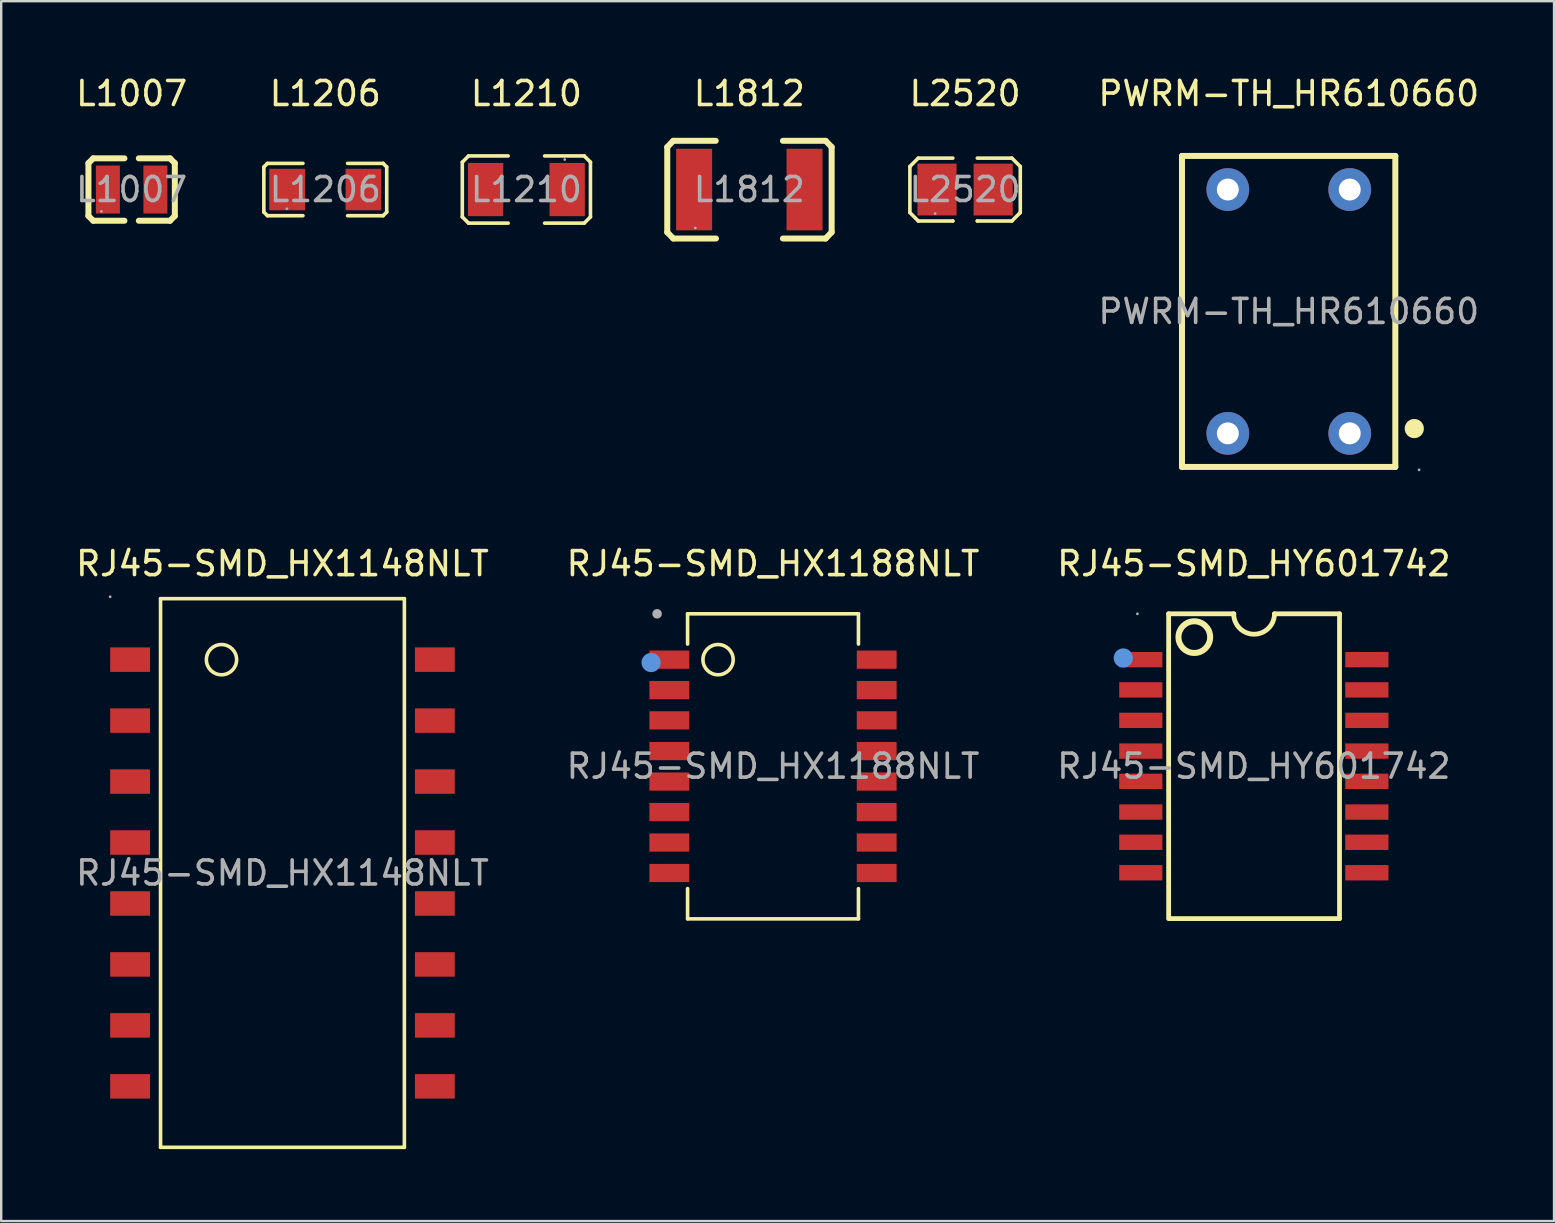
<source format=kicad_pcb>
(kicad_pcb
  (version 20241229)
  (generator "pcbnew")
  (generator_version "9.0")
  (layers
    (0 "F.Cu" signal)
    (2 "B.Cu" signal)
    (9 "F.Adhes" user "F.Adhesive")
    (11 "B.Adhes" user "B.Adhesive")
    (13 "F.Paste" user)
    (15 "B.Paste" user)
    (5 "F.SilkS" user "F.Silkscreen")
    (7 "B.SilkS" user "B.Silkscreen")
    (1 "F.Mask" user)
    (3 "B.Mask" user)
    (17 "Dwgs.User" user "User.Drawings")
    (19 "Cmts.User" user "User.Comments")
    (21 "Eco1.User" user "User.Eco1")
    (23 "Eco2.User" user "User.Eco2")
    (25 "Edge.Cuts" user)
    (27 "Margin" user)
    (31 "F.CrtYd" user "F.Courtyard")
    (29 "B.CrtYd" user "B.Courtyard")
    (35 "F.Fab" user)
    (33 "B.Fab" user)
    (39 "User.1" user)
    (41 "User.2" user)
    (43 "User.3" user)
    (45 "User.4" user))
  (footprint "L1812"
    (layer "F.Cu")
    (at 28.174 4.848)
    (property "Reference" "L1812" (at 0 -4 0) (layer "F.SilkS") (effects (font (size 1 1) (thickness 0.15))))
    (attr through_hole)
    (fp_line (start -3.42 -1.77) (end -3.17 -2.03) (stroke (width 0.25) (type solid)) (layer "F.SilkS"))
    (fp_line (start -3.42 1.78) (end -3.42 -1.77) (stroke (width 0.25) (type solid)) (layer "F.SilkS"))
    (fp_line (start -3.17 -2.03) (end -1.4 -2.03) (stroke (width 0.25) (type solid)) (layer "F.SilkS"))
    (fp_line (start -3.17 2.04) (end -3.42 1.78) (stroke (width 0.25) (type solid)) (layer "F.SilkS"))
    (fp_line (start -1.39 2.04) (end -3.17 2.04) (stroke (width 0.25) (type solid)) (layer "F.SilkS"))
    (fp_line (start 1.4 -2.03) (end 3.18 -2.03) (stroke (width 0.25) (type solid)) (layer "F.SilkS"))
    (fp_line (start 3.18 -2.03) (end 3.43 -1.77) (stroke (width 0.25) (type solid)) (layer "F.SilkS"))
    (fp_line (start 3.18 2.04) (end 1.4 2.04) (stroke (width 0.25) (type solid)) (layer "F.SilkS"))
    (fp_line (start 3.43 -1.77) (end 3.43 1.78) (stroke (width 0.25) (type solid)) (layer "F.SilkS"))
    (fp_line (start 3.43 1.78) (end 3.18 2.04) (stroke (width 0.25) (type solid)) (layer "F.SilkS"))
    (fp_circle (center -2.25 1.6) (end -2.22 1.6) (stroke (width 0.06) (type solid)) (fill no) (layer "F.Fab"))
    (fp_text user "${REFERENCE}" (at 0 0 0) (layer "F.Fab") (effects (font (size 1 1) (thickness 0.15))))
    (pad "1" smd rect (at -2.3 0) (size 1.5 3.4) (layers "F.Cu" "F.Mask" "F.Paste"))
    (pad "2" smd rect (at 2.3 0) (size 1.5 3.4) (layers "F.Cu" "F.Mask" "F.Paste")))
  (footprint "RJ45-SMD_HY601742"
    (layer "F.Cu")
    (at 49.196 28.877)
    (property "Reference" "RJ45-SMD_HY601742" (at 0 -8.44 0) (layer "F.SilkS") (effects (font (size 1 1) (thickness 0.15))))
    (attr through_hole)
    (fp_line (start -3.55 -6.35) (end -0.83 -6.35) (stroke (width 0.2) (type solid)) (layer "F.SilkS"))
    (fp_line (start -3.55 6.35) (end -3.55 -6.35) (stroke (width 0.2) (type solid)) (layer "F.SilkS"))
    (fp_line (start 0.86 -6.35) (end 3.57 -6.35) (stroke (width 0.2) (type solid)) (layer "F.SilkS"))
    (fp_line (start 3.57 -6.35) (end 3.57 6.35) (stroke (width 0.2) (type solid)) (layer "F.SilkS"))
    (fp_line (start 3.57 6.35) (end -3.53 6.35) (stroke (width 0.2) (type solid)) (layer "F.SilkS"))
    (fp_arc (start -1.82 -5.38) (mid -3.139981 -5.374989) (end -1.820076 -5.390021) (stroke (width 0.25) (type solid)) (layer "F.SilkS"))
    (fp_arc (start 0.86 -6.35) (mid 0.01 -5.5) (end -0.84 -6.35) (stroke (width 0.2) (type solid)) (layer "F.SilkS"))
    (fp_circle (center -5.44 -4.51) (end -5.24 -4.51) (stroke (width 0.4) (type solid)) (fill no) (layer "Cmts.User"))
    (fp_circle (center -4.85 -6.35) (end -4.82 -6.35) (stroke (width 0.06) (type solid)) (fill no) (layer "F.Fab"))
    (fp_text user "${REFERENCE}" (at 0 0 0) (layer "F.Fab") (effects (font (size 1 1) (thickness 0.15))))
    (pad "1" smd rect (at -4.71 -4.44 270) (size 0.64 1.8) (layers "F.Cu" "F.Mask" "F.Paste"))
    (pad "2" smd rect (at -4.71 -3.18 270) (size 0.64 1.8) (layers "F.Cu" "F.Mask" "F.Paste"))
    (pad "3" smd rect (at -4.71 -1.91 270) (size 0.64 1.8) (layers "F.Cu" "F.Mask" "F.Paste"))
    (pad "4" smd rect (at -4.71 -0.63 270) (size 0.64 1.8) (layers "F.Cu" "F.Mask" "F.Paste"))
    (pad "5" smd rect (at -4.71 0.63 270) (size 0.64 1.8) (layers "F.Cu" "F.Mask" "F.Paste"))
    (pad "6" smd rect (at -4.71 1.91 270) (size 0.64 1.8) (layers "F.Cu" "F.Mask" "F.Paste"))
    (pad "7" smd rect (at -4.71 3.17 270) (size 0.64 1.8) (layers "F.Cu" "F.Mask" "F.Paste"))
    (pad "8" smd rect (at -4.71 4.44 270) (size 0.64 1.8) (layers "F.Cu" "F.Mask" "F.Paste"))
    (pad "9" smd rect (at 4.71 4.44 270) (size 0.64 1.8) (layers "F.Cu" "F.Mask" "F.Paste"))
    (pad "10" smd rect (at 4.71 3.17 270) (size 0.64 1.8) (layers "F.Cu" "F.Mask" "F.Paste"))
    (pad "11" smd rect (at 4.71 1.91 270) (size 0.64 1.8) (layers "F.Cu" "F.Mask" "F.Paste"))
    (pad "12" smd rect (at 4.71 0.63 270) (size 0.64 1.8) (layers "F.Cu" "F.Mask" "F.Paste"))
    (pad "13" smd rect (at 4.71 -0.63 270) (size 0.64 1.8) (layers "F.Cu" "F.Mask" "F.Paste"))
    (pad "14" smd rect (at 4.71 -1.91 270) (size 0.64 1.8) (layers "F.Cu" "F.Mask" "F.Paste"))
    (pad "15" smd rect (at 4.71 -3.18 270) (size 0.64 1.8) (layers "F.Cu" "F.Mask" "F.Paste"))
    (pad "16" smd rect (at 4.71 -4.44 270) (size 0.64 1.8) (layers "F.Cu" "F.Mask" "F.Paste")))
  (footprint "L1210"
    (layer "F.Cu")
    (at 18.884 4.848)
    (property "Reference" "L1210" (at 0 -4 0) (layer "F.SilkS") (effects (font (size 1 1) (thickness 0.15))))
    (attr through_hole)
    (fp_line (start -2.67 -1.14) (end -2.41 -1.4) (stroke (width 0.15) (type solid)) (layer "F.SilkS"))
    (fp_line (start -2.67 1.14) (end -2.67 -1.14) (stroke (width 0.15) (type solid)) (layer "F.SilkS"))
    (fp_line (start -2.41 -1.4) (end -0.76 -1.4) (stroke (width 0.15) (type solid)) (layer "F.SilkS"))
    (fp_line (start -2.41 1.4) (end -2.67 1.14) (stroke (width 0.15) (type solid)) (layer "F.SilkS"))
    (fp_line (start -0.76 1.4) (end -2.41 1.4) (stroke (width 0.15) (type solid)) (layer "F.SilkS"))
    (fp_line (start 0.76 -1.4) (end 2.41 -1.4) (stroke (width 0.15) (type solid)) (layer "F.SilkS"))
    (fp_line (start 2.41 -1.4) (end 2.67 -1.14) (stroke (width 0.15) (type solid)) (layer "F.SilkS"))
    (fp_line (start 2.41 1.4) (end 0.76 1.4) (stroke (width 0.15) (type solid)) (layer "F.SilkS"))
    (fp_line (start 2.67 -1.14) (end 2.67 1.14) (stroke (width 0.15) (type solid)) (layer "F.SilkS"))
    (fp_line (start 2.67 1.14) (end 2.41 1.4) (stroke (width 0.15) (type solid)) (layer "F.SilkS"))
    (fp_circle (center 1.6 -1.25) (end 1.63 -1.25) (stroke (width 0.06) (type solid)) (fill no) (layer "F.Fab"))
    (fp_text user "${REFERENCE}" (at 0 0 0) (layer "F.Fab") (effects (font (size 1 1) (thickness 0.15))))
    (pad "1" smd rect (at 1.7 0) (size 1.47 2.22) (layers "F.Cu" "F.Mask" "F.Paste"))
    (pad "2" smd rect (at -1.7 0) (size 1.47 2.22) (layers "F.Cu" "F.Mask" "F.Paste")))
  (footprint "L2520"
    (layer "F.Cu")
    (at 37.164 4.848)
    (property "Reference" "L2520" (at 0 -4 0) (layer "F.SilkS") (effects (font (size 1 1) (thickness 0.15))))
    (attr through_hole)
    (fp_line (start -2.3 -0.96) (end -1.95 -1.31) (stroke (width 0.15) (type solid)) (layer "F.SilkS"))
    (fp_line (start -2.3 0.96) (end -2.3 -0.96) (stroke (width 0.15) (type solid)) (layer "F.SilkS"))
    (fp_line (start -1.95 -1.31) (end -0.51 -1.31) (stroke (width 0.15) (type solid)) (layer "F.SilkS"))
    (fp_line (start -1.95 1.31) (end -2.3 0.96) (stroke (width 0.15) (type solid)) (layer "F.SilkS"))
    (fp_line (start -0.51 1.31) (end -1.95 1.31) (stroke (width 0.15) (type solid)) (layer "F.SilkS"))
    (fp_line (start -0.51 1.31) (end -0.51 1.31) (stroke (width 0.15) (type solid)) (layer "F.SilkS"))
    (fp_line (start 0.51 1.31) (end 0.51 1.31) (stroke (width 0.15) (type solid)) (layer "F.SilkS"))
    (fp_line (start 0.51 1.31) (end 1.95 1.31) (stroke (width 0.15) (type solid)) (layer "F.SilkS"))
    (fp_line (start 1.95 -1.31) (end 0.51 -1.31) (stroke (width 0.15) (type solid)) (layer "F.SilkS"))
    (fp_line (start 1.95 1.31) (end 2.3 0.96) (stroke (width 0.15) (type solid)) (layer "F.SilkS"))
    (fp_line (start 2.3 -0.96) (end 1.95 -1.31) (stroke (width 0.15) (type solid)) (layer "F.SilkS"))
    (fp_line (start 2.3 0.96) (end 2.3 -0.96) (stroke (width 0.15) (type solid)) (layer "F.SilkS"))
    (fp_circle (center -1.25 1) (end -1.22 1) (stroke (width 0.06) (type solid)) (fill no) (layer "F.Fab"))
    (fp_text user "${REFERENCE}" (at 0 0 0) (layer "F.Fab") (effects (font (size 1 1) (thickness 0.15))))
    (pad "1" smd rect (at -1.17 0) (size 1.63 2.16) (layers "F.Cu" "F.Mask" "F.Paste"))
    (pad "2" smd rect (at 1.17 0) (size 1.63 2.16) (layers "F.Cu" "F.Mask" "F.Paste")))
  (footprint "L1206"
    (layer "F.Cu")
    (at 10.504 4.848)
    (property "Reference" "L1206" (at 0 -4 0) (layer "F.SilkS") (effects (font (size 1 1) (thickness 0.15))))
    (attr through_hole)
    (fp_line (start -2.56 -0.94) (end -2.41 -1.09) (stroke (width 0.15) (type solid)) (layer "F.SilkS"))
    (fp_line (start -2.56 0.94) (end -2.56 -0.94) (stroke (width 0.15) (type solid)) (layer "F.SilkS"))
    (fp_line (start -2.41 -1.09) (end -0.93 -1.09) (stroke (width 0.15) (type solid)) (layer "F.SilkS"))
    (fp_line (start -2.41 1.09) (end -2.56 0.94) (stroke (width 0.15) (type solid)) (layer "F.SilkS"))
    (fp_line (start -0.93 1.09) (end -2.41 1.09) (stroke (width 0.15) (type solid)) (layer "F.SilkS"))
    (fp_line (start 0.93 1.09) (end 2.41 1.09) (stroke (width 0.15) (type solid)) (layer "F.SilkS"))
    (fp_line (start 2.41 -1.09) (end 0.93 -1.09) (stroke (width 0.15) (type solid)) (layer "F.SilkS"))
    (fp_line (start 2.41 1.09) (end 2.56 0.94) (stroke (width 0.15) (type solid)) (layer "F.SilkS"))
    (fp_line (start 2.56 -0.94) (end 2.41 -1.09) (stroke (width 0.15) (type solid)) (layer "F.SilkS"))
    (fp_line (start 2.56 0.94) (end 2.56 -0.94) (stroke (width 0.15) (type solid)) (layer "F.SilkS"))
    (fp_circle (center -1.6 0.8) (end -1.57 0.8) (stroke (width 0.06) (type solid)) (fill no) (layer "F.Fab"))
    (fp_text user "${REFERENCE}" (at 0 0 0) (layer "F.Fab") (effects (font (size 1 1) (thickness 0.15))))
    (pad "1" smd rect (at -1.59 0) (size 1.49 1.73) (layers "F.Cu" "F.Mask" "F.Paste"))
    (pad "2" smd rect (at 1.59 0) (size 1.49 1.73) (layers "F.Cu" "F.Mask" "F.Paste")))
  (footprint "PWRM-TH_HR610660"
    (layer "F.Cu")
    (at 50.652 9.928)
    (property "Reference" "PWRM-TH_HR610660" (at 0 -9.08 0) (layer "F.SilkS") (effects (font (size 1 1) (thickness 0.15))))
    (attr through_hole)
    (fp_line (start -4.45 -6.48) (end 4.44 -6.48) (stroke (width 0.25) (type solid)) (layer "F.SilkS"))
    (fp_line (start -4.45 6.48) (end -4.45 -6.48) (stroke (width 0.25) (type solid)) (layer "F.SilkS"))
    (fp_line (start -4.45 6.48) (end 4.44 6.48) (stroke (width 0.25) (type solid)) (layer "F.SilkS"))
    (fp_line (start 4.44 6.48) (end 4.44 -6.48) (stroke (width 0.25) (type solid)) (layer "F.SilkS"))
    (fp_arc (start 5.23 4.88) (mid 5.23 4.88) (end 5.23 4.88) (stroke (width 0.4) (type solid)) (layer "F.SilkS"))
    (fp_circle (center -2.54 -5.08) (end -2.36 -5.08) (stroke (width 0.36) (type solid)) (fill no) (layer "F.Fab"))
    (fp_circle (center -2.54 5.08) (end -2.36 5.08) (stroke (width 0.36) (type solid)) (fill no) (layer "F.Fab"))
    (fp_circle (center 2.54 -5.08) (end 2.72 -5.08) (stroke (width 0.36) (type solid)) (fill no) (layer "F.Fab"))
    (fp_circle (center 2.54 5.08) (end 2.72 5.08) (stroke (width 0.36) (type solid)) (fill no) (layer "F.Fab"))
    (fp_circle (center 5.43 6.6) (end 5.46 6.6) (stroke (width 0.06) (type solid)) (fill no) (layer "F.Fab"))
    (fp_text user "${REFERENCE}" (at 0 0 0) (layer "F.Fab") (effects (font (size 1 1) (thickness 0.15))))
    (pad "1" thru_hole circle (at 2.54 5.08) (size 1.78 1.78) (drill 0.914) (layers "*.Cu" "*.Paste" "*.Mask"))
    (pad "2" thru_hole circle (at 2.54 -5.08) (size 1.78 1.78) (drill 0.914) (layers "*.Cu" "*.Paste" "*.Mask"))
    (pad "5" thru_hole circle (at -2.54 5.08) (size 1.78 1.78) (drill 0.914) (layers "*.Cu" "*.Paste" "*.Mask"))
    (pad "6" thru_hole circle (at -2.54 -5.08) (size 1.78 1.78) (drill 0.914) (layers "*.Cu" "*.Paste" "*.Mask")))
  (footprint "RJ45-SMD_HX1188NLT"
    (layer "F.Cu")
    (at 29.161 28.877)
    (property "Reference" "RJ45-SMD_HX1188NLT" (at 0 -8.44 0) (layer "F.SilkS") (effects (font (size 1 1) (thickness 0.15))))
    (attr through_hole)
    (fp_line (start -3.56 -6.35) (end 3.56 -6.35) (stroke (width 0.15) (type solid)) (layer "F.SilkS"))
    (fp_line (start -3.56 -5.09) (end -3.56 -6.35) (stroke (width 0.15) (type solid)) (layer "F.SilkS"))
    (fp_line (start -3.56 6.36) (end -3.56 5.1) (stroke (width 0.15) (type solid)) (layer "F.SilkS"))
    (fp_line (start -3.56 6.36) (end 3.56 6.36) (stroke (width 0.15) (type solid)) (layer "F.SilkS"))
    (fp_line (start 3.56 -5.09) (end 3.56 -6.35) (stroke (width 0.15) (type solid)) (layer "F.SilkS"))
    (fp_line (start 3.56 6.36) (end 3.56 5.1) (stroke (width 0.15) (type solid)) (layer "F.SilkS"))
    (fp_circle (center -2.29 -4.44) (end -1.66 -4.44) (stroke (width 0.15) (type solid)) (fill no) (layer "F.SilkS"))
    (fp_circle (center -5.08 -4.32) (end -4.88 -4.32) (stroke (width 0.4) (type solid)) (fill no) (layer "Cmts.User"))
    (fp_circle (center -4.83 -6.35) (end -4.73 -6.35) (stroke (width 0.2) (type solid)) (fill no) (layer "F.Fab"))
    (fp_text user "${REFERENCE}" (at 0 0 0) (layer "F.Fab") (effects (font (size 1 1) (thickness 0.15))))
    (pad "1" smd rect (at -4.32 -4.44 90) (size 0.76 1.66) (layers "F.Cu" "F.Mask" "F.Paste"))
    (pad "2" smd rect (at -4.32 -3.17 90) (size 0.76 1.66) (layers "F.Cu" "F.Mask" "F.Paste"))
    (pad "3" smd rect (at -4.32 -1.91 90) (size 0.76 1.66) (layers "F.Cu" "F.Mask" "F.Paste"))
    (pad "4" smd rect (at -4.32 -0.63 90) (size 0.76 1.66) (layers "F.Cu" "F.Mask" "F.Paste"))
    (pad "5" smd rect (at -4.32 0.64 90) (size 0.76 1.66) (layers "F.Cu" "F.Mask" "F.Paste"))
    (pad "6" smd rect (at -4.32 1.91 90) (size 0.76 1.66) (layers "F.Cu" "F.Mask" "F.Paste"))
    (pad "7" smd rect (at -4.32 3.18 90) (size 0.76 1.66) (layers "F.Cu" "F.Mask" "F.Paste"))
    (pad "8" smd rect (at -4.32 4.45 90) (size 0.76 1.66) (layers "F.Cu" "F.Mask" "F.Paste"))
    (pad "9" smd rect (at 4.32 4.45 90) (size 0.76 1.66) (layers "F.Cu" "F.Mask" "F.Paste"))
    (pad "10" smd rect (at 4.32 3.18 90) (size 0.76 1.66) (layers "F.Cu" "F.Mask" "F.Paste"))
    (pad "11" smd rect (at 4.32 1.91 90) (size 0.76 1.66) (layers "F.Cu" "F.Mask" "F.Paste"))
    (pad "12" smd rect (at 4.32 0.64 90) (size 0.76 1.66) (layers "F.Cu" "F.Mask" "F.Paste"))
    (pad "13" smd rect (at 4.32 -0.63 90) (size 0.76 1.66) (layers "F.Cu" "F.Mask" "F.Paste"))
    (pad "14" smd rect (at 4.32 -1.91 90) (size 0.76 1.66) (layers "F.Cu" "F.Mask" "F.Paste"))
    (pad "15" smd rect (at 4.32 -3.17 90) (size 0.76 1.66) (layers "F.Cu" "F.Mask" "F.Paste"))
    (pad "16" smd rect (at 4.32 -4.44 90) (size 0.76 1.66) (layers "F.Cu" "F.Mask" "F.Paste")))
  (footprint "L1007"
    (layer "F.Cu")
    (at 2.435 4.848)
    (property "Reference" "L1007" (at 0 -4 0) (layer "F.SilkS") (effects (font (size 1 1) (thickness 0.15))))
    (attr through_hole)
    (fp_line (start -1.8 -1.1) (end -1.8 1.1) (stroke (width 0.25) (type solid)) (layer "F.SilkS"))
    (fp_line (start -1.8 1.1) (end -1.6 1.3) (stroke (width 0.25) (type solid)) (layer "F.SilkS"))
    (fp_line (start -1.6 -1.3) (end -1.8 -1.1) (stroke (width 0.25) (type solid)) (layer "F.SilkS"))
    (fp_line (start -1.6 1.3) (end -0.3 1.3) (stroke (width 0.25) (type solid)) (layer "F.SilkS"))
    (fp_line (start -0.3 -1.3) (end -1.6 -1.3) (stroke (width 0.25) (type solid)) (layer "F.SilkS"))
    (fp_line (start 0.3 1.3) (end 1.6 1.3) (stroke (width 0.25) (type solid)) (layer "F.SilkS"))
    (fp_line (start 1.6 -1.3) (end 0.3 -1.3) (stroke (width 0.25) (type solid)) (layer "F.SilkS"))
    (fp_line (start 1.6 1.3) (end 1.8 1.1) (stroke (width 0.25) (type solid)) (layer "F.SilkS"))
    (fp_line (start 1.8 -1.1) (end 1.6 -1.3) (stroke (width 0.25) (type solid)) (layer "F.SilkS"))
    (fp_line (start 1.8 1.1) (end 1.8 -1.1) (stroke (width 0.25) (type solid)) (layer "F.SilkS"))
    (fp_circle (center -1.26 0.91) (end -1.23 0.91) (stroke (width 0.06) (type solid)) (fill no) (layer "F.Fab"))
    (fp_text user "${REFERENCE}" (at 0 0 0) (layer "F.Fab") (effects (font (size 1 1) (thickness 0.15))))
    (pad "1" smd rect (at -0.99 0 90) (size 2 1) (layers "F.Cu" "F.Mask" "F.Paste"))
    (pad "2" smd rect (at 0.99 0 90) (size 2 1) (layers "F.Cu" "F.Mask" "F.Paste")))
  (footprint "RJ45-SMD_HX1148NLT"
    (layer "F.Cu")
    (at 8.72 33.327)
    (property "Reference" "RJ45-SMD_HX1148NLT" (at 0 -12.89 0) (layer "F.SilkS") (effects (font (size 1 1) (thickness 0.15))))
    (attr through_hole)
    (fp_line (start -5.08 -11.43) (end -5.08 11.43) (stroke (width 0.15) (type solid)) (layer "F.SilkS"))
    (fp_line (start -5.08 -11.43) (end 5.08 -11.43) (stroke (width 0.15) (type solid)) (layer "F.SilkS"))
    (fp_line (start -5.08 11.43) (end 5.08 11.43) (stroke (width 0.15) (type solid)) (layer "F.SilkS"))
    (fp_line (start 5.08 -11.43) (end 5.08 11.43) (stroke (width 0.15) (type solid)) (layer "F.SilkS"))
    (fp_circle (center -2.54 -8.89) (end -1.91 -8.89) (stroke (width 0.15) (type solid)) (fill no) (layer "F.SilkS"))
    (fp_circle (center -7.18 -11.51) (end -7.15 -11.51) (stroke (width 0.06) (type solid)) (fill no) (layer "F.Fab"))
    (fp_text user "${REFERENCE}" (at 0 0 0) (layer "F.Fab") (effects (font (size 1 1) (thickness 0.15))))
    (pad "1" smd rect (at -6.35 -8.89 90) (size 1.02 1.66) (layers "F.Cu" "F.Mask" "F.Paste"))
    (pad "2" smd rect (at -6.35 -6.35 90) (size 1.02 1.66) (layers "F.Cu" "F.Mask" "F.Paste"))
    (pad "3" smd rect (at -6.35 -3.81 90) (size 1.02 1.66) (layers "F.Cu" "F.Mask" "F.Paste"))
    (pad "4" smd rect (at -6.35 -1.27 90) (size 1.02 1.66) (layers "F.Cu" "F.Mask" "F.Paste"))
    (pad "5" smd rect (at -6.35 1.27 90) (size 1.02 1.66) (layers "F.Cu" "F.Mask" "F.Paste"))
    (pad "6" smd rect (at -6.35 3.81 90) (size 1.02 1.66) (layers "F.Cu" "F.Mask" "F.Paste"))
    (pad "7" smd rect (at -6.35 6.35 90) (size 1.02 1.66) (layers "F.Cu" "F.Mask" "F.Paste"))
    (pad "8" smd rect (at -6.35 8.89 90) (size 1.02 1.66) (layers "F.Cu" "F.Mask" "F.Paste"))
    (pad "9" smd rect (at 6.35 8.89 90) (size 1.02 1.66) (layers "F.Cu" "F.Mask" "F.Paste"))
    (pad "10" smd rect (at 6.35 6.35 90) (size 1.02 1.66) (layers "F.Cu" "F.Mask" "F.Paste"))
    (pad "11" smd rect (at 6.35 3.81 90) (size 1.02 1.66) (layers "F.Cu" "F.Mask" "F.Paste"))
    (pad "12" smd rect (at 6.35 1.27 90) (size 1.02 1.66) (layers "F.Cu" "F.Mask" "F.Paste"))
    (pad "13" smd rect (at 6.35 -1.27 90) (size 1.02 1.66) (layers "F.Cu" "F.Mask" "F.Paste"))
    (pad "14" smd rect (at 6.35 -3.81 90) (size 1.02 1.66) (layers "F.Cu" "F.Mask" "F.Paste"))
    (pad "15" smd rect (at 6.35 -6.35 90) (size 1.02 1.66) (layers "F.Cu" "F.Mask" "F.Paste"))
    (pad "16" smd rect (at 6.35 -8.89 90) (size 1.02 1.66) (layers "F.Cu" "F.Mask" "F.Paste")))
  (gr_rect
    (start -3 -3)
    (end 61.705 47.831)
    (stroke (width 0.1) (type default))
    (fill no)
    (layer "Edge.Cuts")))
</source>
